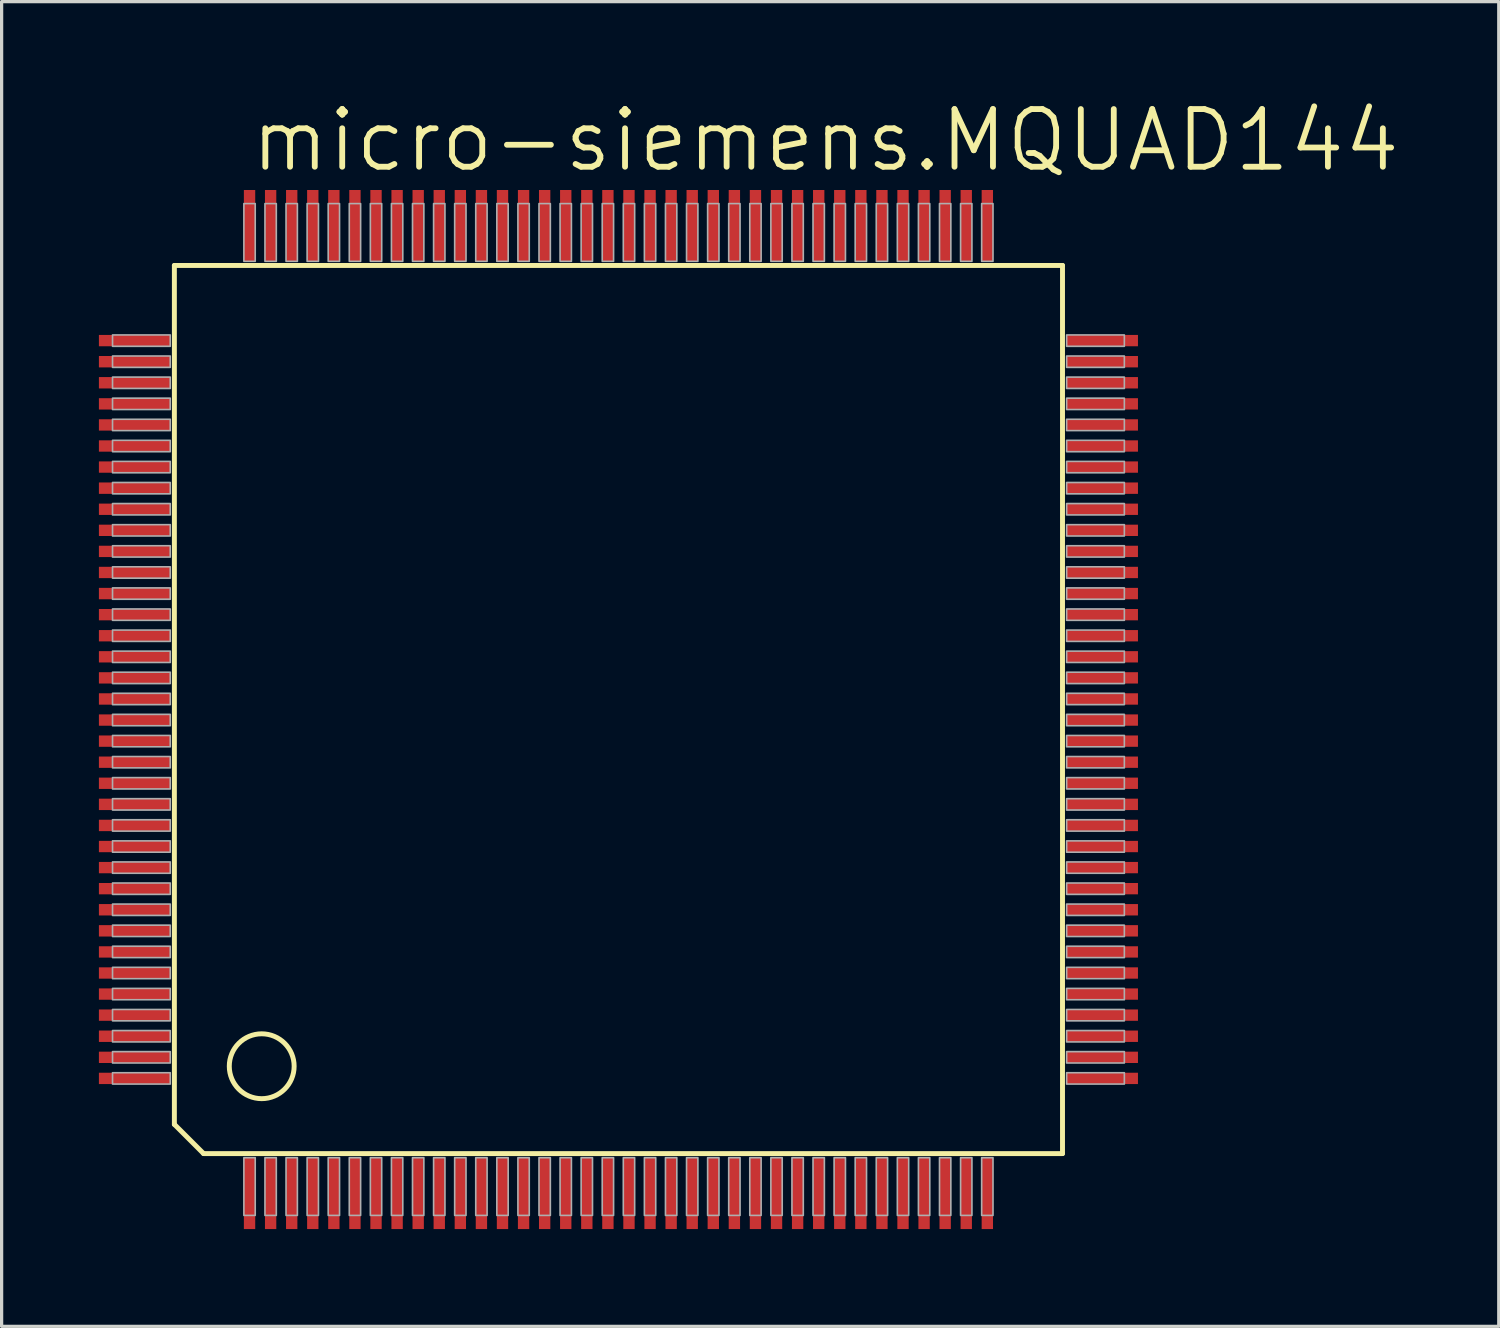
<source format=kicad_pcb>
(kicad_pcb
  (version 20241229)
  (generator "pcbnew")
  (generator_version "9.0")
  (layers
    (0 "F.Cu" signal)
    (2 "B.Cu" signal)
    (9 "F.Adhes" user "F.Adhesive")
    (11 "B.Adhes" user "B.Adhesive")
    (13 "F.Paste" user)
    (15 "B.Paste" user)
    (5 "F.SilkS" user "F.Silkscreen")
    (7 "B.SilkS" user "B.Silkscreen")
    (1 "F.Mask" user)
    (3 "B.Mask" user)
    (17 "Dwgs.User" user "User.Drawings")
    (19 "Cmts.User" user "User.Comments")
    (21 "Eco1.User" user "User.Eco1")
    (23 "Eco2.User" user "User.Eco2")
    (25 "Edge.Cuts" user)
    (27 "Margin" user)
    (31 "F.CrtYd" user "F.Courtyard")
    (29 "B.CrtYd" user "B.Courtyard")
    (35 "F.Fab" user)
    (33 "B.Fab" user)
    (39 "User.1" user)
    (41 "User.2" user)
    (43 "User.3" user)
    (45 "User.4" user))
  (footprint "micro-siemens.MQUAD144"
    (layer "F.Cu")
    (at 16.02 18.828)
    (property "Reference" "micro-siemens.MQUAD144" (at -11.43 -16.51 0) (layer "F.SilkS") (effects (font (size 1.778 1.778) (thickness 0.18)) (justify left bottom)))
    (attr smd)
    (fp_line (start -13.693 -13.693) (end 13.693 -13.693) (stroke (width 0.152) (type default)) (layer "F.SilkS"))
    (fp_line (start -13.693 12.793) (end -13.693 -13.693) (stroke (width 0.152) (type default)) (layer "F.SilkS"))
    (fp_line (start -12.793 13.693) (end -13.693 12.793) (stroke (width 0.152) (type default)) (layer "F.SilkS"))
    (fp_line (start 13.693 -13.693) (end 13.693 13.693) (stroke (width 0.152) (type default)) (layer "F.SilkS"))
    (fp_line (start 13.693 13.693) (end -12.793 13.693) (stroke (width 0.152) (type default)) (layer "F.SilkS"))
    (fp_circle (center -11 11) (end -10 11) (stroke (width 0.152) (type default)) (fill no) (layer "F.SilkS"))
    (fp_rect (start -15.6 -11.2) (end -13.82 -11.55) (stroke (width 0.05) (type default)) (fill no) (layer "F.Fab"))
    (fp_rect (start -15.6 -10.55) (end -13.82 -10.9) (stroke (width 0.05) (type default)) (fill no) (layer "F.Fab"))
    (fp_rect (start -15.6 -9.9) (end -13.82 -10.25) (stroke (width 0.05) (type default)) (fill no) (layer "F.Fab"))
    (fp_rect (start -15.6 -9.25) (end -13.82 -9.6) (stroke (width 0.05) (type default)) (fill no) (layer "F.Fab"))
    (fp_rect (start -15.6 -8.6) (end -13.82 -8.95) (stroke (width 0.05) (type default)) (fill no) (layer "F.Fab"))
    (fp_rect (start -15.6 -7.95) (end -13.82 -8.3) (stroke (width 0.05) (type default)) (fill no) (layer "F.Fab"))
    (fp_rect (start -15.6 -7.3) (end -13.82 -7.65) (stroke (width 0.05) (type default)) (fill no) (layer "F.Fab"))
    (fp_rect (start -15.6 -6.65) (end -13.82 -7) (stroke (width 0.05) (type default)) (fill no) (layer "F.Fab"))
    (fp_rect (start -15.6 -6) (end -13.82 -6.35) (stroke (width 0.05) (type default)) (fill no) (layer "F.Fab"))
    (fp_rect (start -15.6 -5.35) (end -13.82 -5.7) (stroke (width 0.05) (type default)) (fill no) (layer "F.Fab"))
    (fp_rect (start -15.6 -4.7) (end -13.82 -5.05) (stroke (width 0.05) (type default)) (fill no) (layer "F.Fab"))
    (fp_rect (start -15.6 -4.05) (end -13.82 -4.4) (stroke (width 0.05) (type default)) (fill no) (layer "F.Fab"))
    (fp_rect (start -15.6 -3.4) (end -13.82 -3.75) (stroke (width 0.05) (type default)) (fill no) (layer "F.Fab"))
    (fp_rect (start -15.6 -2.75) (end -13.82 -3.1) (stroke (width 0.05) (type default)) (fill no) (layer "F.Fab"))
    (fp_rect (start -15.6 -2.1) (end -13.82 -2.45) (stroke (width 0.05) (type default)) (fill no) (layer "F.Fab"))
    (fp_rect (start -15.6 -1.45) (end -13.82 -1.8) (stroke (width 0.05) (type default)) (fill no) (layer "F.Fab"))
    (fp_rect (start -15.6 -0.8) (end -13.82 -1.15) (stroke (width 0.05) (type default)) (fill no) (layer "F.Fab"))
    (fp_rect (start -15.6 -0.15) (end -13.82 -0.5) (stroke (width 0.05) (type default)) (fill no) (layer "F.Fab"))
    (fp_rect (start -15.6 0.5) (end -13.82 0.15) (stroke (width 0.05) (type default)) (fill no) (layer "F.Fab"))
    (fp_rect (start -15.6 1.15) (end -13.82 0.8) (stroke (width 0.05) (type default)) (fill no) (layer "F.Fab"))
    (fp_rect (start -15.6 1.8) (end -13.82 1.45) (stroke (width 0.05) (type default)) (fill no) (layer "F.Fab"))
    (fp_rect (start -15.6 2.45) (end -13.82 2.1) (stroke (width 0.05) (type default)) (fill no) (layer "F.Fab"))
    (fp_rect (start -15.6 3.1) (end -13.82 2.75) (stroke (width 0.05) (type default)) (fill no) (layer "F.Fab"))
    (fp_rect (start -15.6 3.75) (end -13.82 3.4) (stroke (width 0.05) (type default)) (fill no) (layer "F.Fab"))
    (fp_rect (start -15.6 4.4) (end -13.82 4.05) (stroke (width 0.05) (type default)) (fill no) (layer "F.Fab"))
    (fp_rect (start -15.6 5.05) (end -13.82 4.7) (stroke (width 0.05) (type default)) (fill no) (layer "F.Fab"))
    (fp_rect (start -15.6 5.7) (end -13.82 5.35) (stroke (width 0.05) (type default)) (fill no) (layer "F.Fab"))
    (fp_rect (start -15.6 6.35) (end -13.82 6) (stroke (width 0.05) (type default)) (fill no) (layer "F.Fab"))
    (fp_rect (start -15.6 7) (end -13.82 6.65) (stroke (width 0.05) (type default)) (fill no) (layer "F.Fab"))
    (fp_rect (start -15.6 7.65) (end -13.82 7.3) (stroke (width 0.05) (type default)) (fill no) (layer "F.Fab"))
    (fp_rect (start -15.6 8.3) (end -13.82 7.95) (stroke (width 0.05) (type default)) (fill no) (layer "F.Fab"))
    (fp_rect (start -15.6 8.95) (end -13.82 8.6) (stroke (width 0.05) (type default)) (fill no) (layer "F.Fab"))
    (fp_rect (start -15.6 9.6) (end -13.82 9.25) (stroke (width 0.05) (type default)) (fill no) (layer "F.Fab"))
    (fp_rect (start -15.6 10.25) (end -13.82 9.9) (stroke (width 0.05) (type default)) (fill no) (layer "F.Fab"))
    (fp_rect (start -15.6 10.9) (end -13.82 10.55) (stroke (width 0.05) (type default)) (fill no) (layer "F.Fab"))
    (fp_rect (start -15.6 11.55) (end -13.82 11.2) (stroke (width 0.05) (type default)) (fill no) (layer "F.Fab"))
    (fp_rect (start -11.55 -13.82) (end -11.2 -15.6) (stroke (width 0.05) (type default)) (fill no) (layer "F.Fab"))
    (fp_rect (start -11.55 15.6) (end -11.2 13.82) (stroke (width 0.05) (type default)) (fill no) (layer "F.Fab"))
    (fp_rect (start -10.9 -13.82) (end -10.55 -15.6) (stroke (width 0.05) (type default)) (fill no) (layer "F.Fab"))
    (fp_rect (start -10.9 15.6) (end -10.55 13.82) (stroke (width 0.05) (type default)) (fill no) (layer "F.Fab"))
    (fp_rect (start -10.25 -13.82) (end -9.9 -15.6) (stroke (width 0.05) (type default)) (fill no) (layer "F.Fab"))
    (fp_rect (start -10.25 15.6) (end -9.9 13.82) (stroke (width 0.05) (type default)) (fill no) (layer "F.Fab"))
    (fp_rect (start -9.6 -13.82) (end -9.25 -15.6) (stroke (width 0.05) (type default)) (fill no) (layer "F.Fab"))
    (fp_rect (start -9.6 15.6) (end -9.25 13.82) (stroke (width 0.05) (type default)) (fill no) (layer "F.Fab"))
    (fp_rect (start -8.95 -13.82) (end -8.6 -15.6) (stroke (width 0.05) (type default)) (fill no) (layer "F.Fab"))
    (fp_rect (start -8.95 15.6) (end -8.6 13.82) (stroke (width 0.05) (type default)) (fill no) (layer "F.Fab"))
    (fp_rect (start -8.3 -13.82) (end -7.95 -15.6) (stroke (width 0.05) (type default)) (fill no) (layer "F.Fab"))
    (fp_rect (start -8.3 15.6) (end -7.95 13.82) (stroke (width 0.05) (type default)) (fill no) (layer "F.Fab"))
    (fp_rect (start -7.65 -13.82) (end -7.3 -15.6) (stroke (width 0.05) (type default)) (fill no) (layer "F.Fab"))
    (fp_rect (start -7.65 15.6) (end -7.3 13.82) (stroke (width 0.05) (type default)) (fill no) (layer "F.Fab"))
    (fp_rect (start -7 -13.82) (end -6.65 -15.6) (stroke (width 0.05) (type default)) (fill no) (layer "F.Fab"))
    (fp_rect (start -7 15.6) (end -6.65 13.82) (stroke (width 0.05) (type default)) (fill no) (layer "F.Fab"))
    (fp_rect (start -6.35 -13.82) (end -6 -15.6) (stroke (width 0.05) (type default)) (fill no) (layer "F.Fab"))
    (fp_rect (start -6.35 15.6) (end -6 13.82) (stroke (width 0.05) (type default)) (fill no) (layer "F.Fab"))
    (fp_rect (start -5.7 -13.82) (end -5.35 -15.6) (stroke (width 0.05) (type default)) (fill no) (layer "F.Fab"))
    (fp_rect (start -5.7 15.6) (end -5.35 13.82) (stroke (width 0.05) (type default)) (fill no) (layer "F.Fab"))
    (fp_rect (start -5.05 -13.82) (end -4.7 -15.6) (stroke (width 0.05) (type default)) (fill no) (layer "F.Fab"))
    (fp_rect (start -5.05 15.6) (end -4.7 13.82) (stroke (width 0.05) (type default)) (fill no) (layer "F.Fab"))
    (fp_rect (start -4.4 -13.82) (end -4.05 -15.6) (stroke (width 0.05) (type default)) (fill no) (layer "F.Fab"))
    (fp_rect (start -4.4 15.6) (end -4.05 13.82) (stroke (width 0.05) (type default)) (fill no) (layer "F.Fab"))
    (fp_rect (start -3.75 -13.82) (end -3.4 -15.6) (stroke (width 0.05) (type default)) (fill no) (layer "F.Fab"))
    (fp_rect (start -3.75 15.6) (end -3.4 13.82) (stroke (width 0.05) (type default)) (fill no) (layer "F.Fab"))
    (fp_rect (start -3.1 -13.82) (end -2.75 -15.6) (stroke (width 0.05) (type default)) (fill no) (layer "F.Fab"))
    (fp_rect (start -3.1 15.6) (end -2.75 13.82) (stroke (width 0.05) (type default)) (fill no) (layer "F.Fab"))
    (fp_rect (start -2.45 -13.82) (end -2.1 -15.6) (stroke (width 0.05) (type default)) (fill no) (layer "F.Fab"))
    (fp_rect (start -2.45 15.6) (end -2.1 13.82) (stroke (width 0.05) (type default)) (fill no) (layer "F.Fab"))
    (fp_rect (start -1.8 -13.82) (end -1.45 -15.6) (stroke (width 0.05) (type default)) (fill no) (layer "F.Fab"))
    (fp_rect (start -1.8 15.6) (end -1.45 13.82) (stroke (width 0.05) (type default)) (fill no) (layer "F.Fab"))
    (fp_rect (start -1.15 -13.82) (end -0.8 -15.6) (stroke (width 0.05) (type default)) (fill no) (layer "F.Fab"))
    (fp_rect (start -1.15 15.6) (end -0.8 13.82) (stroke (width 0.05) (type default)) (fill no) (layer "F.Fab"))
    (fp_rect (start -0.5 -13.82) (end -0.15 -15.6) (stroke (width 0.05) (type default)) (fill no) (layer "F.Fab"))
    (fp_rect (start -0.5 15.6) (end -0.15 13.82) (stroke (width 0.05) (type default)) (fill no) (layer "F.Fab"))
    (fp_rect (start 0.15 -13.82) (end 0.5 -15.6) (stroke (width 0.05) (type default)) (fill no) (layer "F.Fab"))
    (fp_rect (start 0.15 15.6) (end 0.5 13.82) (stroke (width 0.05) (type default)) (fill no) (layer "F.Fab"))
    (fp_rect (start 0.8 -13.82) (end 1.15 -15.6) (stroke (width 0.05) (type default)) (fill no) (layer "F.Fab"))
    (fp_rect (start 0.8 15.6) (end 1.15 13.82) (stroke (width 0.05) (type default)) (fill no) (layer "F.Fab"))
    (fp_rect (start 1.45 -13.82) (end 1.8 -15.6) (stroke (width 0.05) (type default)) (fill no) (layer "F.Fab"))
    (fp_rect (start 1.45 15.6) (end 1.8 13.82) (stroke (width 0.05) (type default)) (fill no) (layer "F.Fab"))
    (fp_rect (start 2.1 -13.82) (end 2.45 -15.6) (stroke (width 0.05) (type default)) (fill no) (layer "F.Fab"))
    (fp_rect (start 2.1 15.6) (end 2.45 13.82) (stroke (width 0.05) (type default)) (fill no) (layer "F.Fab"))
    (fp_rect (start 2.75 -13.82) (end 3.1 -15.6) (stroke (width 0.05) (type default)) (fill no) (layer "F.Fab"))
    (fp_rect (start 2.75 15.6) (end 3.1 13.82) (stroke (width 0.05) (type default)) (fill no) (layer "F.Fab"))
    (fp_rect (start 3.4 -13.82) (end 3.75 -15.6) (stroke (width 0.05) (type default)) (fill no) (layer "F.Fab"))
    (fp_rect (start 3.4 15.6) (end 3.75 13.82) (stroke (width 0.05) (type default)) (fill no) (layer "F.Fab"))
    (fp_rect (start 4.05 -13.82) (end 4.4 -15.6) (stroke (width 0.05) (type default)) (fill no) (layer "F.Fab"))
    (fp_rect (start 4.05 15.6) (end 4.4 13.82) (stroke (width 0.05) (type default)) (fill no) (layer "F.Fab"))
    (fp_rect (start 4.7 -13.82) (end 5.05 -15.6) (stroke (width 0.05) (type default)) (fill no) (layer "F.Fab"))
    (fp_rect (start 4.7 15.6) (end 5.05 13.82) (stroke (width 0.05) (type default)) (fill no) (layer "F.Fab"))
    (fp_rect (start 5.35 -13.82) (end 5.7 -15.6) (stroke (width 0.05) (type default)) (fill no) (layer "F.Fab"))
    (fp_rect (start 5.35 15.6) (end 5.7 13.82) (stroke (width 0.05) (type default)) (fill no) (layer "F.Fab"))
    (fp_rect (start 6 -13.82) (end 6.35 -15.6) (stroke (width 0.05) (type default)) (fill no) (layer "F.Fab"))
    (fp_rect (start 6 15.6) (end 6.35 13.82) (stroke (width 0.05) (type default)) (fill no) (layer "F.Fab"))
    (fp_rect (start 6.65 -13.82) (end 7 -15.6) (stroke (width 0.05) (type default)) (fill no) (layer "F.Fab"))
    (fp_rect (start 6.65 15.6) (end 7 13.82) (stroke (width 0.05) (type default)) (fill no) (layer "F.Fab"))
    (fp_rect (start 7.3 -13.82) (end 7.65 -15.6) (stroke (width 0.05) (type default)) (fill no) (layer "F.Fab"))
    (fp_rect (start 7.3 15.6) (end 7.65 13.82) (stroke (width 0.05) (type default)) (fill no) (layer "F.Fab"))
    (fp_rect (start 7.95 -13.82) (end 8.3 -15.6) (stroke (width 0.05) (type default)) (fill no) (layer "F.Fab"))
    (fp_rect (start 7.95 15.6) (end 8.3 13.82) (stroke (width 0.05) (type default)) (fill no) (layer "F.Fab"))
    (fp_rect (start 8.6 -13.82) (end 8.95 -15.6) (stroke (width 0.05) (type default)) (fill no) (layer "F.Fab"))
    (fp_rect (start 8.6 15.6) (end 8.95 13.82) (stroke (width 0.05) (type default)) (fill no) (layer "F.Fab"))
    (fp_rect (start 9.25 -13.82) (end 9.6 -15.6) (stroke (width 0.05) (type default)) (fill no) (layer "F.Fab"))
    (fp_rect (start 9.25 15.6) (end 9.6 13.82) (stroke (width 0.05) (type default)) (fill no) (layer "F.Fab"))
    (fp_rect (start 9.9 -13.82) (end 10.25 -15.6) (stroke (width 0.05) (type default)) (fill no) (layer "F.Fab"))
    (fp_rect (start 9.9 15.6) (end 10.25 13.82) (stroke (width 0.05) (type default)) (fill no) (layer "F.Fab"))
    (fp_rect (start 10.55 -13.82) (end 10.9 -15.6) (stroke (width 0.05) (type default)) (fill no) (layer "F.Fab"))
    (fp_rect (start 10.55 15.6) (end 10.9 13.82) (stroke (width 0.05) (type default)) (fill no) (layer "F.Fab"))
    (fp_rect (start 11.2 -13.82) (end 11.55 -15.6) (stroke (width 0.05) (type default)) (fill no) (layer "F.Fab"))
    (fp_rect (start 11.2 15.6) (end 11.55 13.82) (stroke (width 0.05) (type default)) (fill no) (layer "F.Fab"))
    (fp_rect (start 13.82 -11.2) (end 15.6 -11.55) (stroke (width 0.05) (type default)) (fill no) (layer "F.Fab"))
    (fp_rect (start 13.82 -10.55) (end 15.6 -10.9) (stroke (width 0.05) (type default)) (fill no) (layer "F.Fab"))
    (fp_rect (start 13.82 -9.9) (end 15.6 -10.25) (stroke (width 0.05) (type default)) (fill no) (layer "F.Fab"))
    (fp_rect (start 13.82 -9.25) (end 15.6 -9.6) (stroke (width 0.05) (type default)) (fill no) (layer "F.Fab"))
    (fp_rect (start 13.82 -8.6) (end 15.6 -8.95) (stroke (width 0.05) (type default)) (fill no) (layer "F.Fab"))
    (fp_rect (start 13.82 -7.95) (end 15.6 -8.3) (stroke (width 0.05) (type default)) (fill no) (layer "F.Fab"))
    (fp_rect (start 13.82 -7.3) (end 15.6 -7.65) (stroke (width 0.05) (type default)) (fill no) (layer "F.Fab"))
    (fp_rect (start 13.82 -6.65) (end 15.6 -7) (stroke (width 0.05) (type default)) (fill no) (layer "F.Fab"))
    (fp_rect (start 13.82 -6) (end 15.6 -6.35) (stroke (width 0.05) (type default)) (fill no) (layer "F.Fab"))
    (fp_rect (start 13.82 -5.35) (end 15.6 -5.7) (stroke (width 0.05) (type default)) (fill no) (layer "F.Fab"))
    (fp_rect (start 13.82 -4.7) (end 15.6 -5.05) (stroke (width 0.05) (type default)) (fill no) (layer "F.Fab"))
    (fp_rect (start 13.82 -4.05) (end 15.6 -4.4) (stroke (width 0.05) (type default)) (fill no) (layer "F.Fab"))
    (fp_rect (start 13.82 -3.4) (end 15.6 -3.75) (stroke (width 0.05) (type default)) (fill no) (layer "F.Fab"))
    (fp_rect (start 13.82 -2.75) (end 15.6 -3.1) (stroke (width 0.05) (type default)) (fill no) (layer "F.Fab"))
    (fp_rect (start 13.82 -2.1) (end 15.6 -2.45) (stroke (width 0.05) (type default)) (fill no) (layer "F.Fab"))
    (fp_rect (start 13.82 -1.45) (end 15.6 -1.8) (stroke (width 0.05) (type default)) (fill no) (layer "F.Fab"))
    (fp_rect (start 13.82 -0.8) (end 15.6 -1.15) (stroke (width 0.05) (type default)) (fill no) (layer "F.Fab"))
    (fp_rect (start 13.82 -0.15) (end 15.6 -0.5) (stroke (width 0.05) (type default)) (fill no) (layer "F.Fab"))
    (fp_rect (start 13.82 0.5) (end 15.6 0.15) (stroke (width 0.05) (type default)) (fill no) (layer "F.Fab"))
    (fp_rect (start 13.82 1.15) (end 15.6 0.8) (stroke (width 0.05) (type default)) (fill no) (layer "F.Fab"))
    (fp_rect (start 13.82 1.8) (end 15.6 1.45) (stroke (width 0.05) (type default)) (fill no) (layer "F.Fab"))
    (fp_rect (start 13.82 2.45) (end 15.6 2.1) (stroke (width 0.05) (type default)) (fill no) (layer "F.Fab"))
    (fp_rect (start 13.82 3.1) (end 15.6 2.75) (stroke (width 0.05) (type default)) (fill no) (layer "F.Fab"))
    (fp_rect (start 13.82 3.75) (end 15.6 3.4) (stroke (width 0.05) (type default)) (fill no) (layer "F.Fab"))
    (fp_rect (start 13.82 4.4) (end 15.6 4.05) (stroke (width 0.05) (type default)) (fill no) (layer "F.Fab"))
    (fp_rect (start 13.82 5.05) (end 15.6 4.7) (stroke (width 0.05) (type default)) (fill no) (layer "F.Fab"))
    (fp_rect (start 13.82 5.7) (end 15.6 5.35) (stroke (width 0.05) (type default)) (fill no) (layer "F.Fab"))
    (fp_rect (start 13.82 6.35) (end 15.6 6) (stroke (width 0.05) (type default)) (fill no) (layer "F.Fab"))
    (fp_rect (start 13.82 7) (end 15.6 6.65) (stroke (width 0.05) (type default)) (fill no) (layer "F.Fab"))
    (fp_rect (start 13.82 7.65) (end 15.6 7.3) (stroke (width 0.05) (type default)) (fill no) (layer "F.Fab"))
    (fp_rect (start 13.82 8.3) (end 15.6 7.95) (stroke (width 0.05) (type default)) (fill no) (layer "F.Fab"))
    (fp_rect (start 13.82 8.95) (end 15.6 8.6) (stroke (width 0.05) (type default)) (fill no) (layer "F.Fab"))
    (fp_rect (start 13.82 9.6) (end 15.6 9.25) (stroke (width 0.05) (type default)) (fill no) (layer "F.Fab"))
    (fp_rect (start 13.82 10.25) (end 15.6 9.9) (stroke (width 0.05) (type default)) (fill no) (layer "F.Fab"))
    (fp_rect (start 13.82 10.9) (end 15.6 10.55) (stroke (width 0.05) (type default)) (fill no) (layer "F.Fab"))
    (fp_rect (start 13.82 11.55) (end 15.6 11.2) (stroke (width 0.05) (type default)) (fill no) (layer "F.Fab"))
    (pad "1" smd roundrect (at -11.375 14.92) (size 0.35 2.2) (layers "F.Cu" "F.Mask" "F.Paste") (roundrect_rratio 0.01))
    (pad "2" smd roundrect (at -10.725 14.92) (size 0.35 2.2) (layers "F.Cu" "F.Mask" "F.Paste") (roundrect_rratio 0.01))
    (pad "3" smd roundrect (at -10.075 14.92) (size 0.35 2.2) (layers "F.Cu" "F.Mask" "F.Paste") (roundrect_rratio 0.01))
    (pad "4" smd roundrect (at -9.425 14.92) (size 0.35 2.2) (layers "F.Cu" "F.Mask" "F.Paste") (roundrect_rratio 0.01))
    (pad "5" smd roundrect (at -8.775 14.92) (size 0.35 2.2) (layers "F.Cu" "F.Mask" "F.Paste") (roundrect_rratio 0.01))
    (pad "6" smd roundrect (at -8.125 14.92) (size 0.35 2.2) (layers "F.Cu" "F.Mask" "F.Paste") (roundrect_rratio 0.01))
    (pad "7" smd roundrect (at -7.475 14.92) (size 0.35 2.2) (layers "F.Cu" "F.Mask" "F.Paste") (roundrect_rratio 0.01))
    (pad "8" smd roundrect (at -6.825 14.92) (size 0.35 2.2) (layers "F.Cu" "F.Mask" "F.Paste") (roundrect_rratio 0.01))
    (pad "9" smd roundrect (at -6.175 14.92) (size 0.35 2.2) (layers "F.Cu" "F.Mask" "F.Paste") (roundrect_rratio 0.01))
    (pad "10" smd roundrect (at -5.525 14.92) (size 0.35 2.2) (layers "F.Cu" "F.Mask" "F.Paste") (roundrect_rratio 0.01))
    (pad "11" smd roundrect (at -4.875 14.92) (size 0.35 2.2) (layers "F.Cu" "F.Mask" "F.Paste") (roundrect_rratio 0.01))
    (pad "12" smd roundrect (at -4.225 14.92) (size 0.35 2.2) (layers "F.Cu" "F.Mask" "F.Paste") (roundrect_rratio 0.01))
    (pad "13" smd roundrect (at -3.575 14.92) (size 0.35 2.2) (layers "F.Cu" "F.Mask" "F.Paste") (roundrect_rratio 0.01))
    (pad "14" smd roundrect (at -2.925 14.92) (size 0.35 2.2) (layers "F.Cu" "F.Mask" "F.Paste") (roundrect_rratio 0.01))
    (pad "15" smd roundrect (at -2.275 14.92) (size 0.35 2.2) (layers "F.Cu" "F.Mask" "F.Paste") (roundrect_rratio 0.01))
    (pad "16" smd roundrect (at -1.625 14.92) (size 0.35 2.2) (layers "F.Cu" "F.Mask" "F.Paste") (roundrect_rratio 0.01))
    (pad "17" smd roundrect (at -0.975 14.92) (size 0.35 2.2) (layers "F.Cu" "F.Mask" "F.Paste") (roundrect_rratio 0.01))
    (pad "18" smd roundrect (at -0.325 14.92) (size 0.35 2.2) (layers "F.Cu" "F.Mask" "F.Paste") (roundrect_rratio 0.01))
    (pad "19" smd roundrect (at 0.325 14.92) (size 0.35 2.2) (layers "F.Cu" "F.Mask" "F.Paste") (roundrect_rratio 0.01))
    (pad "20" smd roundrect (at 0.975 14.92) (size 0.35 2.2) (layers "F.Cu" "F.Mask" "F.Paste") (roundrect_rratio 0.01))
    (pad "21" smd roundrect (at 1.625 14.92) (size 0.35 2.2) (layers "F.Cu" "F.Mask" "F.Paste") (roundrect_rratio 0.01))
    (pad "22" smd roundrect (at 2.275 14.92) (size 0.35 2.2) (layers "F.Cu" "F.Mask" "F.Paste") (roundrect_rratio 0.01))
    (pad "23" smd roundrect (at 2.925 14.92) (size 0.35 2.2) (layers "F.Cu" "F.Mask" "F.Paste") (roundrect_rratio 0.01))
    (pad "24" smd roundrect (at 3.575 14.92) (size 0.35 2.2) (layers "F.Cu" "F.Mask" "F.Paste") (roundrect_rratio 0.01))
    (pad "25" smd roundrect (at 4.225 14.92) (size 0.35 2.2) (layers "F.Cu" "F.Mask" "F.Paste") (roundrect_rratio 0.01))
    (pad "26" smd roundrect (at 4.875 14.92) (size 0.35 2.2) (layers "F.Cu" "F.Mask" "F.Paste") (roundrect_rratio 0.01))
    (pad "27" smd roundrect (at 5.525 14.92) (size 0.35 2.2) (layers "F.Cu" "F.Mask" "F.Paste") (roundrect_rratio 0.01))
    (pad "28" smd roundrect (at 6.175 14.92) (size 0.35 2.2) (layers "F.Cu" "F.Mask" "F.Paste") (roundrect_rratio 0.01))
    (pad "29" smd roundrect (at 6.825 14.92) (size 0.35 2.2) (layers "F.Cu" "F.Mask" "F.Paste") (roundrect_rratio 0.01))
    (pad "30" smd roundrect (at 7.475 14.92) (size 0.35 2.2) (layers "F.Cu" "F.Mask" "F.Paste") (roundrect_rratio 0.01))
    (pad "31" smd roundrect (at 8.125 14.92) (size 0.35 2.2) (layers "F.Cu" "F.Mask" "F.Paste") (roundrect_rratio 0.01))
    (pad "32" smd roundrect (at 8.775 14.92) (size 0.35 2.2) (layers "F.Cu" "F.Mask" "F.Paste") (roundrect_rratio 0.01))
    (pad "33" smd roundrect (at 9.425 14.92) (size 0.35 2.2) (layers "F.Cu" "F.Mask" "F.Paste") (roundrect_rratio 0.01))
    (pad "34" smd roundrect (at 10.075 14.92) (size 0.35 2.2) (layers "F.Cu" "F.Mask" "F.Paste") (roundrect_rratio 0.01))
    (pad "35" smd roundrect (at 10.725 14.92) (size 0.35 2.2) (layers "F.Cu" "F.Mask" "F.Paste") (roundrect_rratio 0.01))
    (pad "36" smd roundrect (at 11.375 14.92) (size 0.35 2.2) (layers "F.Cu" "F.Mask" "F.Paste") (roundrect_rratio 0.01))
    (pad "37" smd roundrect (at 14.92 11.375) (size 2.2 0.35) (layers "F.Cu" "F.Mask" "F.Paste") (roundrect_rratio 0.01))
    (pad "38" smd roundrect (at 14.92 10.725) (size 2.2 0.35) (layers "F.Cu" "F.Mask" "F.Paste") (roundrect_rratio 0.01))
    (pad "39" smd roundrect (at 14.92 10.075) (size 2.2 0.35) (layers "F.Cu" "F.Mask" "F.Paste") (roundrect_rratio 0.01))
    (pad "40" smd roundrect (at 14.92 9.425) (size 2.2 0.35) (layers "F.Cu" "F.Mask" "F.Paste") (roundrect_rratio 0.01))
    (pad "41" smd roundrect (at 14.92 8.775) (size 2.2 0.35) (layers "F.Cu" "F.Mask" "F.Paste") (roundrect_rratio 0.01))
    (pad "42" smd roundrect (at 14.92 8.125) (size 2.2 0.35) (layers "F.Cu" "F.Mask" "F.Paste") (roundrect_rratio 0.01))
    (pad "43" smd roundrect (at 14.92 7.475) (size 2.2 0.35) (layers "F.Cu" "F.Mask" "F.Paste") (roundrect_rratio 0.01))
    (pad "44" smd roundrect (at 14.92 6.825) (size 2.2 0.35) (layers "F.Cu" "F.Mask" "F.Paste") (roundrect_rratio 0.01))
    (pad "45" smd roundrect (at 14.92 6.175) (size 2.2 0.35) (layers "F.Cu" "F.Mask" "F.Paste") (roundrect_rratio 0.01))
    (pad "46" smd roundrect (at 14.92 5.525) (size 2.2 0.35) (layers "F.Cu" "F.Mask" "F.Paste") (roundrect_rratio 0.01))
    (pad "47" smd roundrect (at 14.92 4.875) (size 2.2 0.35) (layers "F.Cu" "F.Mask" "F.Paste") (roundrect_rratio 0.01))
    (pad "48" smd roundrect (at 14.92 4.225) (size 2.2 0.35) (layers "F.Cu" "F.Mask" "F.Paste") (roundrect_rratio 0.01))
    (pad "49" smd roundrect (at 14.92 3.575) (size 2.2 0.35) (layers "F.Cu" "F.Mask" "F.Paste") (roundrect_rratio 0.01))
    (pad "50" smd roundrect (at 14.92 2.925) (size 2.2 0.35) (layers "F.Cu" "F.Mask" "F.Paste") (roundrect_rratio 0.01))
    (pad "51" smd roundrect (at 14.92 2.275) (size 2.2 0.35) (layers "F.Cu" "F.Mask" "F.Paste") (roundrect_rratio 0.01))
    (pad "52" smd roundrect (at 14.92 1.625) (size 2.2 0.35) (layers "F.Cu" "F.Mask" "F.Paste") (roundrect_rratio 0.01))
    (pad "53" smd roundrect (at 14.92 0.975) (size 2.2 0.35) (layers "F.Cu" "F.Mask" "F.Paste") (roundrect_rratio 0.01))
    (pad "54" smd roundrect (at 14.92 0.325) (size 2.2 0.35) (layers "F.Cu" "F.Mask" "F.Paste") (roundrect_rratio 0.01))
    (pad "55" smd roundrect (at 14.92 -0.325) (size 2.2 0.35) (layers "F.Cu" "F.Mask" "F.Paste") (roundrect_rratio 0.01))
    (pad "56" smd roundrect (at 14.92 -0.975) (size 2.2 0.35) (layers "F.Cu" "F.Mask" "F.Paste") (roundrect_rratio 0.01))
    (pad "57" smd roundrect (at 14.92 -1.625) (size 2.2 0.35) (layers "F.Cu" "F.Mask" "F.Paste") (roundrect_rratio 0.01))
    (pad "58" smd roundrect (at 14.92 -2.275) (size 2.2 0.35) (layers "F.Cu" "F.Mask" "F.Paste") (roundrect_rratio 0.01))
    (pad "59" smd roundrect (at 14.92 -2.925) (size 2.2 0.35) (layers "F.Cu" "F.Mask" "F.Paste") (roundrect_rratio 0.01))
    (pad "60" smd roundrect (at 14.92 -3.575) (size 2.2 0.35) (layers "F.Cu" "F.Mask" "F.Paste") (roundrect_rratio 0.01))
    (pad "61" smd roundrect (at 14.92 -4.225) (size 2.2 0.35) (layers "F.Cu" "F.Mask" "F.Paste") (roundrect_rratio 0.01))
    (pad "62" smd roundrect (at 14.92 -4.875) (size 2.2 0.35) (layers "F.Cu" "F.Mask" "F.Paste") (roundrect_rratio 0.01))
    (pad "63" smd roundrect (at 14.92 -5.525) (size 2.2 0.35) (layers "F.Cu" "F.Mask" "F.Paste") (roundrect_rratio 0.01))
    (pad "64" smd roundrect (at 14.92 -6.175) (size 2.2 0.35) (layers "F.Cu" "F.Mask" "F.Paste") (roundrect_rratio 0.01))
    (pad "65" smd roundrect (at 14.92 -6.825) (size 2.2 0.35) (layers "F.Cu" "F.Mask" "F.Paste") (roundrect_rratio 0.01))
    (pad "66" smd roundrect (at 14.92 -7.475) (size 2.2 0.35) (layers "F.Cu" "F.Mask" "F.Paste") (roundrect_rratio 0.01))
    (pad "67" smd roundrect (at 14.92 -8.125) (size 2.2 0.35) (layers "F.Cu" "F.Mask" "F.Paste") (roundrect_rratio 0.01))
    (pad "68" smd roundrect (at 14.92 -8.775) (size 2.2 0.35) (layers "F.Cu" "F.Mask" "F.Paste") (roundrect_rratio 0.01))
    (pad "69" smd roundrect (at 14.92 -9.425) (size 2.2 0.35) (layers "F.Cu" "F.Mask" "F.Paste") (roundrect_rratio 0.01))
    (pad "70" smd roundrect (at 14.92 -10.075) (size 2.2 0.35) (layers "F.Cu" "F.Mask" "F.Paste") (roundrect_rratio 0.01))
    (pad "71" smd roundrect (at 14.92 -10.725) (size 2.2 0.35) (layers "F.Cu" "F.Mask" "F.Paste") (roundrect_rratio 0.01))
    (pad "72" smd roundrect (at 14.92 -11.375) (size 2.2 0.35) (layers "F.Cu" "F.Mask" "F.Paste") (roundrect_rratio 0.01))
    (pad "73" smd roundrect (at 11.375 -14.92) (size 0.35 2.2) (layers "F.Cu" "F.Mask" "F.Paste") (roundrect_rratio 0.01))
    (pad "74" smd roundrect (at 10.725 -14.92) (size 0.35 2.2) (layers "F.Cu" "F.Mask" "F.Paste") (roundrect_rratio 0.01))
    (pad "75" smd roundrect (at 10.075 -14.92) (size 0.35 2.2) (layers "F.Cu" "F.Mask" "F.Paste") (roundrect_rratio 0.01))
    (pad "76" smd roundrect (at 9.425 -14.92) (size 0.35 2.2) (layers "F.Cu" "F.Mask" "F.Paste") (roundrect_rratio 0.01))
    (pad "77" smd roundrect (at 8.775 -14.92) (size 0.35 2.2) (layers "F.Cu" "F.Mask" "F.Paste") (roundrect_rratio 0.01))
    (pad "78" smd roundrect (at 8.125 -14.92) (size 0.35 2.2) (layers "F.Cu" "F.Mask" "F.Paste") (roundrect_rratio 0.01))
    (pad "79" smd roundrect (at 7.475 -14.92) (size 0.35 2.2) (layers "F.Cu" "F.Mask" "F.Paste") (roundrect_rratio 0.01))
    (pad "80" smd roundrect (at 6.825 -14.92) (size 0.35 2.2) (layers "F.Cu" "F.Mask" "F.Paste") (roundrect_rratio 0.01))
    (pad "81" smd roundrect (at 6.175 -14.92) (size 0.35 2.2) (layers "F.Cu" "F.Mask" "F.Paste") (roundrect_rratio 0.01))
    (pad "82" smd roundrect (at 5.525 -14.92) (size 0.35 2.2) (layers "F.Cu" "F.Mask" "F.Paste") (roundrect_rratio 0.01))
    (pad "83" smd roundrect (at 4.875 -14.92) (size 0.35 2.2) (layers "F.Cu" "F.Mask" "F.Paste") (roundrect_rratio 0.01))
    (pad "84" smd roundrect (at 4.225 -14.92) (size 0.35 2.2) (layers "F.Cu" "F.Mask" "F.Paste") (roundrect_rratio 0.01))
    (pad "85" smd roundrect (at 3.575 -14.92) (size 0.35 2.2) (layers "F.Cu" "F.Mask" "F.Paste") (roundrect_rratio 0.01))
    (pad "86" smd roundrect (at 2.925 -14.92) (size 0.35 2.2) (layers "F.Cu" "F.Mask" "F.Paste") (roundrect_rratio 0.01))
    (pad "87" smd roundrect (at 2.275 -14.92) (size 0.35 2.2) (layers "F.Cu" "F.Mask" "F.Paste") (roundrect_rratio 0.01))
    (pad "88" smd roundrect (at 1.625 -14.92) (size 0.35 2.2) (layers "F.Cu" "F.Mask" "F.Paste") (roundrect_rratio 0.01))
    (pad "89" smd roundrect (at 0.975 -14.92) (size 0.35 2.2) (layers "F.Cu" "F.Mask" "F.Paste") (roundrect_rratio 0.01))
    (pad "90" smd roundrect (at 0.325 -14.92) (size 0.35 2.2) (layers "F.Cu" "F.Mask" "F.Paste") (roundrect_rratio 0.01))
    (pad "91" smd roundrect (at -0.325 -14.92) (size 0.35 2.2) (layers "F.Cu" "F.Mask" "F.Paste") (roundrect_rratio 0.01))
    (pad "92" smd roundrect (at -0.975 -14.92) (size 0.35 2.2) (layers "F.Cu" "F.Mask" "F.Paste") (roundrect_rratio 0.01))
    (pad "93" smd roundrect (at -1.625 -14.92) (size 0.35 2.2) (layers "F.Cu" "F.Mask" "F.Paste") (roundrect_rratio 0.01))
    (pad "94" smd roundrect (at -2.275 -14.92) (size 0.35 2.2) (layers "F.Cu" "F.Mask" "F.Paste") (roundrect_rratio 0.01))
    (pad "95" smd roundrect (at -2.925 -14.92) (size 0.35 2.2) (layers "F.Cu" "F.Mask" "F.Paste") (roundrect_rratio 0.01))
    (pad "96" smd roundrect (at -3.575 -14.92) (size 0.35 2.2) (layers "F.Cu" "F.Mask" "F.Paste") (roundrect_rratio 0.01))
    (pad "97" smd roundrect (at -4.225 -14.92) (size 0.35 2.2) (layers "F.Cu" "F.Mask" "F.Paste") (roundrect_rratio 0.01))
    (pad "98" smd roundrect (at -4.875 -14.92) (size 0.35 2.2) (layers "F.Cu" "F.Mask" "F.Paste") (roundrect_rratio 0.01))
    (pad "99" smd roundrect (at -5.525 -14.92) (size 0.35 2.2) (layers "F.Cu" "F.Mask" "F.Paste") (roundrect_rratio 0.01))
    (pad "100" smd roundrect (at -6.175 -14.92) (size 0.35 2.2) (layers "F.Cu" "F.Mask" "F.Paste") (roundrect_rratio 0.01))
    (pad "101" smd roundrect (at -6.825 -14.92) (size 0.35 2.2) (layers "F.Cu" "F.Mask" "F.Paste") (roundrect_rratio 0.01))
    (pad "102" smd roundrect (at -7.475 -14.92) (size 0.35 2.2) (layers "F.Cu" "F.Mask" "F.Paste") (roundrect_rratio 0.01))
    (pad "103" smd roundrect (at -8.125 -14.92) (size 0.35 2.2) (layers "F.Cu" "F.Mask" "F.Paste") (roundrect_rratio 0.01))
    (pad "104" smd roundrect (at -8.775 -14.92) (size 0.35 2.2) (layers "F.Cu" "F.Mask" "F.Paste") (roundrect_rratio 0.01))
    (pad "105" smd roundrect (at -9.425 -14.92) (size 0.35 2.2) (layers "F.Cu" "F.Mask" "F.Paste") (roundrect_rratio 0.01))
    (pad "106" smd roundrect (at -10.075 -14.92) (size 0.35 2.2) (layers "F.Cu" "F.Mask" "F.Paste") (roundrect_rratio 0.01))
    (pad "107" smd roundrect (at -10.725 -14.92) (size 0.35 2.2) (layers "F.Cu" "F.Mask" "F.Paste") (roundrect_rratio 0.01))
    (pad "108" smd roundrect (at -11.375 -14.92) (size 0.35 2.2) (layers "F.Cu" "F.Mask" "F.Paste") (roundrect_rratio 0.01))
    (pad "109" smd roundrect (at -14.92 -11.375) (size 2.2 0.35) (layers "F.Cu" "F.Mask" "F.Paste") (roundrect_rratio 0.01))
    (pad "110" smd roundrect (at -14.92 -10.725) (size 2.2 0.35) (layers "F.Cu" "F.Mask" "F.Paste") (roundrect_rratio 0.01))
    (pad "111" smd roundrect (at -14.92 -10.075) (size 2.2 0.35) (layers "F.Cu" "F.Mask" "F.Paste") (roundrect_rratio 0.01))
    (pad "112" smd roundrect (at -14.92 -9.425) (size 2.2 0.35) (layers "F.Cu" "F.Mask" "F.Paste") (roundrect_rratio 0.01))
    (pad "113" smd roundrect (at -14.92 -8.775) (size 2.2 0.35) (layers "F.Cu" "F.Mask" "F.Paste") (roundrect_rratio 0.01))
    (pad "114" smd roundrect (at -14.92 -8.125) (size 2.2 0.35) (layers "F.Cu" "F.Mask" "F.Paste") (roundrect_rratio 0.01))
    (pad "115" smd roundrect (at -14.92 -7.475) (size 2.2 0.35) (layers "F.Cu" "F.Mask" "F.Paste") (roundrect_rratio 0.01))
    (pad "116" smd roundrect (at -14.92 -6.825) (size 2.2 0.35) (layers "F.Cu" "F.Mask" "F.Paste") (roundrect_rratio 0.01))
    (pad "117" smd roundrect (at -14.92 -6.175) (size 2.2 0.35) (layers "F.Cu" "F.Mask" "F.Paste") (roundrect_rratio 0.01))
    (pad "118" smd roundrect (at -14.92 -5.525) (size 2.2 0.35) (layers "F.Cu" "F.Mask" "F.Paste") (roundrect_rratio 0.01))
    (pad "119" smd roundrect (at -14.92 -4.875) (size 2.2 0.35) (layers "F.Cu" "F.Mask" "F.Paste") (roundrect_rratio 0.01))
    (pad "120" smd roundrect (at -14.92 -4.225) (size 2.2 0.35) (layers "F.Cu" "F.Mask" "F.Paste") (roundrect_rratio 0.01))
    (pad "121" smd roundrect (at -14.92 -3.575) (size 2.2 0.35) (layers "F.Cu" "F.Mask" "F.Paste") (roundrect_rratio 0.01))
    (pad "122" smd roundrect (at -14.92 -2.925) (size 2.2 0.35) (layers "F.Cu" "F.Mask" "F.Paste") (roundrect_rratio 0.01))
    (pad "123" smd roundrect (at -14.92 -2.275) (size 2.2 0.35) (layers "F.Cu" "F.Mask" "F.Paste") (roundrect_rratio 0.01))
    (pad "124" smd roundrect (at -14.92 -1.625) (size 2.2 0.35) (layers "F.Cu" "F.Mask" "F.Paste") (roundrect_rratio 0.01))
    (pad "125" smd roundrect (at -14.92 -0.975) (size 2.2 0.35) (layers "F.Cu" "F.Mask" "F.Paste") (roundrect_rratio 0.01))
    (pad "126" smd roundrect (at -14.92 -0.325) (size 2.2 0.35) (layers "F.Cu" "F.Mask" "F.Paste") (roundrect_rratio 0.01))
    (pad "127" smd roundrect (at -14.92 0.325) (size 2.2 0.35) (layers "F.Cu" "F.Mask" "F.Paste") (roundrect_rratio 0.01))
    (pad "128" smd roundrect (at -14.92 0.975) (size 2.2 0.35) (layers "F.Cu" "F.Mask" "F.Paste") (roundrect_rratio 0.01))
    (pad "129" smd roundrect (at -14.92 1.625) (size 2.2 0.35) (layers "F.Cu" "F.Mask" "F.Paste") (roundrect_rratio 0.01))
    (pad "130" smd roundrect (at -14.92 2.275) (size 2.2 0.35) (layers "F.Cu" "F.Mask" "F.Paste") (roundrect_rratio 0.01))
    (pad "131" smd roundrect (at -14.92 2.925) (size 2.2 0.35) (layers "F.Cu" "F.Mask" "F.Paste") (roundrect_rratio 0.01))
    (pad "132" smd roundrect (at -14.92 3.575) (size 2.2 0.35) (layers "F.Cu" "F.Mask" "F.Paste") (roundrect_rratio 0.01))
    (pad "133" smd roundrect (at -14.92 4.225) (size 2.2 0.35) (layers "F.Cu" "F.Mask" "F.Paste") (roundrect_rratio 0.01))
    (pad "134" smd roundrect (at -14.92 4.875) (size 2.2 0.35) (layers "F.Cu" "F.Mask" "F.Paste") (roundrect_rratio 0.01))
    (pad "135" smd roundrect (at -14.92 5.525) (size 2.2 0.35) (layers "F.Cu" "F.Mask" "F.Paste") (roundrect_rratio 0.01))
    (pad "136" smd roundrect (at -14.92 6.175) (size 2.2 0.35) (layers "F.Cu" "F.Mask" "F.Paste") (roundrect_rratio 0.01))
    (pad "137" smd roundrect (at -14.92 6.825) (size 2.2 0.35) (layers "F.Cu" "F.Mask" "F.Paste") (roundrect_rratio 0.01))
    (pad "138" smd roundrect (at -14.92 7.475) (size 2.2 0.35) (layers "F.Cu" "F.Mask" "F.Paste") (roundrect_rratio 0.01))
    (pad "139" smd roundrect (at -14.92 8.125) (size 2.2 0.35) (layers "F.Cu" "F.Mask" "F.Paste") (roundrect_rratio 0.01))
    (pad "140" smd roundrect (at -14.92 8.775) (size 2.2 0.35) (layers "F.Cu" "F.Mask" "F.Paste") (roundrect_rratio 0.01))
    (pad "141" smd roundrect (at -14.92 9.425) (size 2.2 0.35) (layers "F.Cu" "F.Mask" "F.Paste") (roundrect_rratio 0.01))
    (pad "142" smd roundrect (at -14.92 10.075) (size 2.2 0.35) (layers "F.Cu" "F.Mask" "F.Paste") (roundrect_rratio 0.01))
    (pad "143" smd roundrect (at -14.92 10.725) (size 2.2 0.35) (layers "F.Cu" "F.Mask" "F.Paste") (roundrect_rratio 0.01))
    (pad "144" smd roundrect (at -14.92 11.375) (size 2.2 0.35) (layers "F.Cu" "F.Mask" "F.Paste") (roundrect_rratio 0.01)))
  (gr_rect
    (start -3 -3)
    (end 43.165 37.848)
    (stroke (width 0.1) (type default))
    (fill no)
    (layer "Edge.Cuts")))
</source>
